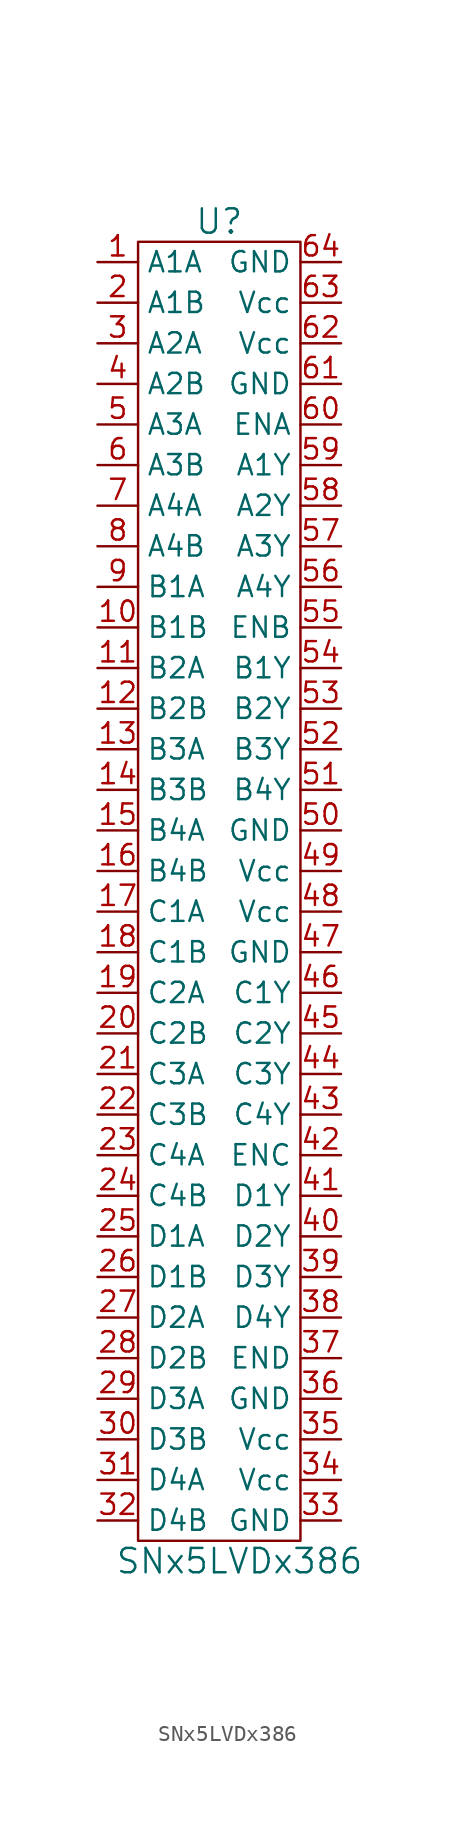
<source format=kicad_sym>
(kicad_symbol_lib
  (version 20231120)
  (generator "kicad_symbol_editor")
  (generator_version "8.0")
  (symbol "SNx5LVDx386"
    (property "Reference" "U"
      (at 0 41.91 0)
      (effects (font (size 1.524 1.524))))
    (property "Value" "SNx5LVDx386"
      (at 1.27 -41.91 0)
      (effects (font (size 1.524 1.524))))
    (symbol "SNx5LVDx386_0_1"
      (rectangle (start -5.08 40.64) (end 5.08 -40.64) (stroke (width 0) (type default)) (fill (type none))))
    (symbol "SNx5LVDx386_1_1"
      (pin input line (at -7.62 39.37 0) (length 2.54) (name "A1A" (effects (font (size 1.27 1.27)))) (number "1" (effects (font (size 1.27 1.27)))))
      (pin input line (at -7.62 16.51 0) (length 2.54) (name "B1B" (effects (font (size 1.27 1.27)))) (number "10" (effects (font (size 1.27 1.27)))))
      (pin input line (at -7.62 13.97 0) (length 2.54) (name "B2A" (effects (font (size 1.27 1.27)))) (number "11" (effects (font (size 1.27 1.27)))))
      (pin input line (at -7.62 11.43 0) (length 2.54) (name "B2B" (effects (font (size 1.27 1.27)))) (number "12" (effects (font (size 1.27 1.27)))))
      (pin input line (at -7.62 8.89 0) (length 2.54) (name "B3A" (effects (font (size 1.27 1.27)))) (number "13" (effects (font (size 1.27 1.27)))))
      (pin input line (at -7.62 6.35 0) (length 2.54) (name "B3B" (effects (font (size 1.27 1.27)))) (number "14" (effects (font (size 1.27 1.27)))))
      (pin input line (at -7.62 3.81 0) (length 2.54) (name "B4A" (effects (font (size 1.27 1.27)))) (number "15" (effects (font (size 1.27 1.27)))))
      (pin input line (at -7.62 1.27 0) (length 2.54) (name "B4B" (effects (font (size 1.27 1.27)))) (number "16" (effects (font (size 1.27 1.27)))))
      (pin input line (at -7.62 -1.27 0) (length 2.54) (name "C1A" (effects (font (size 1.27 1.27)))) (number "17" (effects (font (size 1.27 1.27)))))
      (pin input line (at -7.62 -3.81 0) (length 2.54) (name "C1B" (effects (font (size 1.27 1.27)))) (number "18" (effects (font (size 1.27 1.27)))))
      (pin input line (at -7.62 -6.35 0) (length 2.54) (name "C2A" (effects (font (size 1.27 1.27)))) (number "19" (effects (font (size 1.27 1.27)))))
      (pin input line (at -7.62 36.83 0) (length 2.54) (name "A1B" (effects (font (size 1.27 1.27)))) (number "2" (effects (font (size 1.27 1.27)))))
      (pin input line (at -7.62 -8.89 0) (length 2.54) (name "C2B" (effects (font (size 1.27 1.27)))) (number "20" (effects (font (size 1.27 1.27)))))
      (pin input line (at -7.62 -11.43 0) (length 2.54) (name "C3A" (effects (font (size 1.27 1.27)))) (number "21" (effects (font (size 1.27 1.27)))))
      (pin input line (at -7.62 -13.97 0) (length 2.54) (name "C3B" (effects (font (size 1.27 1.27)))) (number "22" (effects (font (size 1.27 1.27)))))
      (pin input line (at -7.62 -16.51 0) (length 2.54) (name "C4A" (effects (font (size 1.27 1.27)))) (number "23" (effects (font (size 1.27 1.27)))))
      (pin input line (at -7.62 -19.05 0) (length 2.54) (name "C4B" (effects (font (size 1.27 1.27)))) (number "24" (effects (font (size 1.27 1.27)))))
      (pin input line (at -7.62 -21.59 0) (length 2.54) (name "D1A" (effects (font (size 1.27 1.27)))) (number "25" (effects (font (size 1.27 1.27)))))
      (pin input line (at -7.62 -24.13 0) (length 2.54) (name "D1B" (effects (font (size 1.27 1.27)))) (number "26" (effects (font (size 1.27 1.27)))))
      (pin input line (at -7.62 -26.67 0) (length 2.54) (name "D2A" (effects (font (size 1.27 1.27)))) (number "27" (effects (font (size 1.27 1.27)))))
      (pin input line (at -7.62 -29.21 0) (length 2.54) (name "D2B" (effects (font (size 1.27 1.27)))) (number "28" (effects (font (size 1.27 1.27)))))
      (pin input line (at -7.62 -31.75 0) (length 2.54) (name "D3A" (effects (font (size 1.27 1.27)))) (number "29" (effects (font (size 1.27 1.27)))))
      (pin input line (at -7.62 34.29 0) (length 2.54) (name "A2A" (effects (font (size 1.27 1.27)))) (number "3" (effects (font (size 1.27 1.27)))))
      (pin input line (at -7.62 -34.29 0) (length 2.54) (name "D3B" (effects (font (size 1.27 1.27)))) (number "30" (effects (font (size 1.27 1.27)))))
      (pin input line (at -7.62 -36.83 0) (length 2.54) (name "D4A" (effects (font (size 1.27 1.27)))) (number "31" (effects (font (size 1.27 1.27)))))
      (pin input line (at -7.62 -39.37 0) (length 2.54) (name "D4B" (effects (font (size 1.27 1.27)))) (number "32" (effects (font (size 1.27 1.27)))))
      (pin power_in line (at 7.62 -39.37 180) (length 2.54) (name "GND" (effects (font (size 1.27 1.27)))) (number "33" (effects (font (size 1.27 1.27)))))
      (pin power_in line (at 7.62 -36.83 180) (length 2.54) (name "Vcc" (effects (font (size 1.27 1.27)))) (number "34" (effects (font (size 1.27 1.27)))))
      (pin power_in line (at 7.62 -34.29 180) (length 2.54) (name "Vcc" (effects (font (size 1.27 1.27)))) (number "35" (effects (font (size 1.27 1.27)))))
      (pin power_in line (at 7.62 -31.75 180) (length 2.54) (name "GND" (effects (font (size 1.27 1.27)))) (number "36" (effects (font (size 1.27 1.27)))))
      (pin input line (at 7.62 -29.21 180) (length 2.54) (name "END" (effects (font (size 1.27 1.27)))) (number "37" (effects (font (size 1.27 1.27)))))
      (pin output line (at 7.62 -26.67 180) (length 2.54) (name "D4Y" (effects (font (size 1.27 1.27)))) (number "38" (effects (font (size 1.27 1.27)))))
      (pin output line (at 7.62 -24.13 180) (length 2.54) (name "D3Y" (effects (font (size 1.27 1.27)))) (number "39" (effects (font (size 1.27 1.27)))))
      (pin input line (at -7.62 31.75 0) (length 2.54) (name "A2B" (effects (font (size 1.27 1.27)))) (number "4" (effects (font (size 1.27 1.27)))))
      (pin output line (at 7.62 -21.59 180) (length 2.54) (name "D2Y" (effects (font (size 1.27 1.27)))) (number "40" (effects (font (size 1.27 1.27)))))
      (pin output line (at 7.62 -19.05 180) (length 2.54) (name "D1Y" (effects (font (size 1.27 1.27)))) (number "41" (effects (font (size 1.27 1.27)))))
      (pin input line (at 7.62 -16.51 180) (length 2.54) (name "ENC" (effects (font (size 1.27 1.27)))) (number "42" (effects (font (size 1.27 1.27)))))
      (pin output line (at 7.62 -13.97 180) (length 2.54) (name "C4Y" (effects (font (size 1.27 1.27)))) (number "43" (effects (font (size 1.27 1.27)))))
      (pin output line (at 7.62 -11.43 180) (length 2.54) (name "C3Y" (effects (font (size 1.27 1.27)))) (number "44" (effects (font (size 1.27 1.27)))))
      (pin output line (at 7.62 -8.89 180) (length 2.54) (name "C2Y" (effects (font (size 1.27 1.27)))) (number "45" (effects (font (size 1.27 1.27)))))
      (pin output line (at 7.62 -6.35 180) (length 2.54) (name "C1Y" (effects (font (size 1.27 1.27)))) (number "46" (effects (font (size 1.27 1.27)))))
      (pin power_in line (at 7.62 -3.81 180) (length 2.54) (name "GND" (effects (font (size 1.27 1.27)))) (number "47" (effects (font (size 1.27 1.27)))))
      (pin power_in line (at 7.62 -1.27 180) (length 2.54) (name "Vcc" (effects (font (size 1.27 1.27)))) (number "48" (effects (font (size 1.27 1.27)))))
      (pin power_in line (at 7.62 1.27 180) (length 2.54) (name "Vcc" (effects (font (size 1.27 1.27)))) (number "49" (effects (font (size 1.27 1.27)))))
      (pin input line (at -7.62 29.21 0) (length 2.54) (name "A3A" (effects (font (size 1.27 1.27)))) (number "5" (effects (font (size 1.27 1.27)))))
      (pin power_in line (at 7.62 3.81 180) (length 2.54) (name "GND" (effects (font (size 1.27 1.27)))) (number "50" (effects (font (size 1.27 1.27)))))
      (pin output line (at 7.62 6.35 180) (length 2.54) (name "B4Y" (effects (font (size 1.27 1.27)))) (number "51" (effects (font (size 1.27 1.27)))))
      (pin output line (at 7.62 8.89 180) (length 2.54) (name "B3Y" (effects (font (size 1.27 1.27)))) (number "52" (effects (font (size 1.27 1.27)))))
      (pin output line (at 7.62 11.43 180) (length 2.54) (name "B2Y" (effects (font (size 1.27 1.27)))) (number "53" (effects (font (size 1.27 1.27)))))
      (pin output line (at 7.62 13.97 180) (length 2.54) (name "B1Y" (effects (font (size 1.27 1.27)))) (number "54" (effects (font (size 1.27 1.27)))))
      (pin input line (at 7.62 16.51 180) (length 2.54) (name "ENB" (effects (font (size 1.27 1.27)))) (number "55" (effects (font (size 1.27 1.27)))))
      (pin output line (at 7.62 19.05 180) (length 2.54) (name "A4Y" (effects (font (size 1.27 1.27)))) (number "56" (effects (font (size 1.27 1.27)))))
      (pin output line (at 7.62 21.59 180) (length 2.54) (name "A3Y" (effects (font (size 1.27 1.27)))) (number "57" (effects (font (size 1.27 1.27)))))
      (pin output line (at 7.62 24.13 180) (length 2.54) (name "A2Y" (effects (font (size 1.27 1.27)))) (number "58" (effects (font (size 1.27 1.27)))))
      (pin output line (at 7.62 26.67 180) (length 2.54) (name "A1Y" (effects (font (size 1.27 1.27)))) (number "59" (effects (font (size 1.27 1.27)))))
      (pin input line (at -7.62 26.67 0) (length 2.54) (name "A3B" (effects (font (size 1.27 1.27)))) (number "6" (effects (font (size 1.27 1.27)))))
      (pin input line (at 7.62 29.21 180) (length 2.54) (name "ENA" (effects (font (size 1.27 1.27)))) (number "60" (effects (font (size 1.27 1.27)))))
      (pin power_in line (at 7.62 31.75 180) (length 2.54) (name "GND" (effects (font (size 1.27 1.27)))) (number "61" (effects (font (size 1.27 1.27)))))
      (pin power_in line (at 7.62 34.29 180) (length 2.54) (name "Vcc" (effects (font (size 1.27 1.27)))) (number "62" (effects (font (size 1.27 1.27)))))
      (pin power_in line (at 7.62 36.83 180) (length 2.54) (name "Vcc" (effects (font (size 1.27 1.27)))) (number "63" (effects (font (size 1.27 1.27)))))
      (pin power_in line (at 7.62 39.37 180) (length 2.54) (name "GND" (effects (font (size 1.27 1.27)))) (number "64" (effects (font (size 1.27 1.27)))))
      (pin input line (at -7.62 24.13 0) (length 2.54) (name "A4A" (effects (font (size 1.27 1.27)))) (number "7" (effects (font (size 1.27 1.27)))))
      (pin input line (at -7.62 21.59 0) (length 2.54) (name "A4B" (effects (font (size 1.27 1.27)))) (number "8" (effects (font (size 1.27 1.27)))))
      (pin input line (at -7.62 19.05 0) (length 2.54) (name "B1A" (effects (font (size 1.27 1.27)))) (number "9" (effects (font (size 1.27 1.27))))))))
</source>
